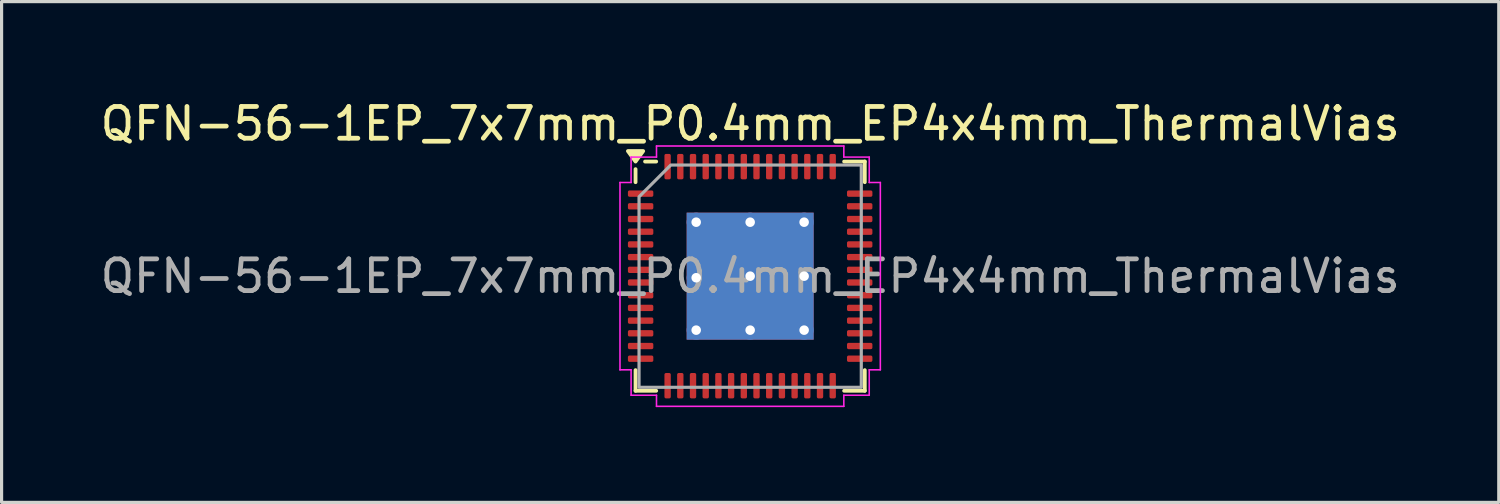
<source format=kicad_pcb>
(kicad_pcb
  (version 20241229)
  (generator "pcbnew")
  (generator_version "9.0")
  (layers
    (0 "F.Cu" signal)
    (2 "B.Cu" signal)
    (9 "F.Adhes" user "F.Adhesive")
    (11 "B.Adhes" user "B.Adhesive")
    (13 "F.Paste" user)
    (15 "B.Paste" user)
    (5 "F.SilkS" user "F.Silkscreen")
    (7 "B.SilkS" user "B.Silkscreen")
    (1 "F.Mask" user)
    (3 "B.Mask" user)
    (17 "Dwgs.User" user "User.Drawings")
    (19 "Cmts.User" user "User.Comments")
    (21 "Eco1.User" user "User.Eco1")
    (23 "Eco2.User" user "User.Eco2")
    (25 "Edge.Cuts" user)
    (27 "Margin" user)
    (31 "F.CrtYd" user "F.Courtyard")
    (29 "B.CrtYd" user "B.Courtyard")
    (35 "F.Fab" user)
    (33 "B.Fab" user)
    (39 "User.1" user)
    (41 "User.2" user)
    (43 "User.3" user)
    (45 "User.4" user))
  (footprint "QFN-56-1EP_7x7mm_P0.4mm_EP4x4mm_ThermalVias"
    (layer "F.Cu")
    (at 20.577 5.648)
    (property "Reference" "QFN-56-1EP_7x7mm_P0.4mm_EP4x4mm_ThermalVias" (at 0 -4.8 0) (layer "F.SilkS") (effects (font (size 1 1) (thickness 0.15))))
    (attr smd)
    (fp_line (start -3.61 -2.96) (end -3.61 -3.37) (stroke (width 0.12) (type solid)) (layer "F.SilkS"))
    (fp_line (start -3.61 3.61) (end -3.61 2.96) (stroke (width 0.12) (type solid)) (layer "F.SilkS"))
    (fp_line (start -2.96 -3.61) (end -3.31 -3.61) (stroke (width 0.12) (type solid)) (layer "F.SilkS"))
    (fp_line (start -2.96 3.61) (end -3.61 3.61) (stroke (width 0.12) (type solid)) (layer "F.SilkS"))
    (fp_line (start 2.96 -3.61) (end 3.61 -3.61) (stroke (width 0.12) (type solid)) (layer "F.SilkS"))
    (fp_line (start 2.96 3.61) (end 3.61 3.61) (stroke (width 0.12) (type solid)) (layer "F.SilkS"))
    (fp_line (start 3.61 -3.61) (end 3.61 -2.96) (stroke (width 0.12) (type solid)) (layer "F.SilkS"))
    (fp_line (start 3.61 3.61) (end 3.61 2.96) (stroke (width 0.12) (type solid)) (layer "F.SilkS"))
    (fp_poly (pts (xy -3.61 -3.61) (xy -3.85 -3.94) (xy -3.37 -3.94)) (stroke (width 0.12) (type solid)) (fill yes) (layer "F.SilkS"))
    (fp_line (start -4.1 -2.95) (end -3.75 -2.95) (stroke (width 0.05) (type solid)) (layer "F.CrtYd"))
    (fp_line (start -4.1 2.95) (end -4.1 -2.95) (stroke (width 0.05) (type solid)) (layer "F.CrtYd"))
    (fp_line (start -3.75 -3.75) (end -2.95 -3.75) (stroke (width 0.05) (type solid)) (layer "F.CrtYd"))
    (fp_line (start -3.75 -2.95) (end -3.75 -3.75) (stroke (width 0.05) (type solid)) (layer "F.CrtYd"))
    (fp_line (start -3.75 2.95) (end -4.1 2.95) (stroke (width 0.05) (type solid)) (layer "F.CrtYd"))
    (fp_line (start -3.75 3.75) (end -3.75 2.95) (stroke (width 0.05) (type solid)) (layer "F.CrtYd"))
    (fp_line (start -2.95 -4.1) (end 2.95 -4.1) (stroke (width 0.05) (type solid)) (layer "F.CrtYd"))
    (fp_line (start -2.95 -3.75) (end -2.95 -4.1) (stroke (width 0.05) (type solid)) (layer "F.CrtYd"))
    (fp_line (start -2.95 3.75) (end -3.75 3.75) (stroke (width 0.05) (type solid)) (layer "F.CrtYd"))
    (fp_line (start -2.95 4.1) (end -2.95 3.75) (stroke (width 0.05) (type solid)) (layer "F.CrtYd"))
    (fp_line (start 2.95 -4.1) (end 2.95 -3.75) (stroke (width 0.05) (type solid)) (layer "F.CrtYd"))
    (fp_line (start 2.95 -3.75) (end 3.75 -3.75) (stroke (width 0.05) (type solid)) (layer "F.CrtYd"))
    (fp_line (start 2.95 3.75) (end 2.95 4.1) (stroke (width 0.05) (type solid)) (layer "F.CrtYd"))
    (fp_line (start 2.95 4.1) (end -2.95 4.1) (stroke (width 0.05) (type solid)) (layer "F.CrtYd"))
    (fp_line (start 3.75 -3.75) (end 3.75 -2.95) (stroke (width 0.05) (type solid)) (layer "F.CrtYd"))
    (fp_line (start 3.75 -2.95) (end 4.1 -2.95) (stroke (width 0.05) (type solid)) (layer "F.CrtYd"))
    (fp_line (start 3.75 2.95) (end 3.75 3.75) (stroke (width 0.05) (type solid)) (layer "F.CrtYd"))
    (fp_line (start 3.75 3.75) (end 2.95 3.75) (stroke (width 0.05) (type solid)) (layer "F.CrtYd"))
    (fp_line (start 4.1 -2.95) (end 4.1 2.95) (stroke (width 0.05) (type solid)) (layer "F.CrtYd"))
    (fp_line (start 4.1 2.95) (end 3.75 2.95) (stroke (width 0.05) (type solid)) (layer "F.CrtYd"))
    (fp_poly (pts (xy -3.5 -2.5) (xy -3.5 3.5) (xy 3.5 3.5) (xy 3.5 -3.5) (xy -2.5 -3.5)) (stroke (width 0.1) (type solid)) (fill no) (layer "F.Fab"))
    (fp_text user "${REFERENCE}" (at 0 0 0) (layer "F.Fab") (effects (font (size 1 1) (thickness 0.15))))
    (pad "" smd roundrect (at -1.33 -1.33) (size 1.03 1.03) (layers "F.Paste") (roundrect_rratio 0.243))
    (pad "" smd roundrect (at -1.33 0) (size 1.03 1.03) (layers "F.Paste") (roundrect_rratio 0.243))
    (pad "" smd roundrect (at -1.33 1.33) (size 1.03 1.03) (layers "F.Paste") (roundrect_rratio 0.243))
    (pad "" smd roundrect (at 0 -1.33) (size 1.03 1.03) (layers "F.Paste") (roundrect_rratio 0.243))
    (pad "" smd roundrect (at 0 0) (size 1.03 1.03) (layers "F.Paste") (roundrect_rratio 0.243))
    (pad "" smd roundrect (at 0 1.33) (size 1.03 1.03) (layers "F.Paste") (roundrect_rratio 0.243))
    (pad "" smd roundrect (at 1.33 -1.33) (size 1.03 1.03) (layers "F.Paste") (roundrect_rratio 0.243))
    (pad "" smd roundrect (at 1.33 0) (size 1.03 1.03) (layers "F.Paste") (roundrect_rratio 0.243))
    (pad "" smd roundrect (at 1.33 1.33) (size 1.03 1.03) (layers "F.Paste") (roundrect_rratio 0.243))
    (pad "1" smd roundrect (at -3.45 -2.6) (size 0.8 0.2) (layers "F.Cu" "F.Mask" "F.Paste") (roundrect_rratio 0.25))
    (pad "2" smd roundrect (at -3.45 -2.2) (size 0.8 0.2) (layers "F.Cu" "F.Mask" "F.Paste") (roundrect_rratio 0.25))
    (pad "3" smd roundrect (at -3.45 -1.8) (size 0.8 0.2) (layers "F.Cu" "F.Mask" "F.Paste") (roundrect_rratio 0.25))
    (pad "4" smd roundrect (at -3.45 -1.4) (size 0.8 0.2) (layers "F.Cu" "F.Mask" "F.Paste") (roundrect_rratio 0.25))
    (pad "5" smd roundrect (at -3.45 -1) (size 0.8 0.2) (layers "F.Cu" "F.Mask" "F.Paste") (roundrect_rratio 0.25))
    (pad "6" smd roundrect (at -3.45 -0.6) (size 0.8 0.2) (layers "F.Cu" "F.Mask" "F.Paste") (roundrect_rratio 0.25))
    (pad "7" smd roundrect (at -3.45 -0.2) (size 0.8 0.2) (layers "F.Cu" "F.Mask" "F.Paste") (roundrect_rratio 0.25))
    (pad "8" smd roundrect (at -3.45 0.2) (size 0.8 0.2) (layers "F.Cu" "F.Mask" "F.Paste") (roundrect_rratio 0.25))
    (pad "9" smd roundrect (at -3.45 0.6) (size 0.8 0.2) (layers "F.Cu" "F.Mask" "F.Paste") (roundrect_rratio 0.25))
    (pad "10" smd roundrect (at -3.45 1) (size 0.8 0.2) (layers "F.Cu" "F.Mask" "F.Paste") (roundrect_rratio 0.25))
    (pad "11" smd roundrect (at -3.45 1.4) (size 0.8 0.2) (layers "F.Cu" "F.Mask" "F.Paste") (roundrect_rratio 0.25))
    (pad "12" smd roundrect (at -3.45 1.8) (size 0.8 0.2) (layers "F.Cu" "F.Mask" "F.Paste") (roundrect_rratio 0.25))
    (pad "13" smd roundrect (at -3.45 2.2) (size 0.8 0.2) (layers "F.Cu" "F.Mask" "F.Paste") (roundrect_rratio 0.25))
    (pad "14" smd roundrect (at -3.45 2.6) (size 0.8 0.2) (layers "F.Cu" "F.Mask" "F.Paste") (roundrect_rratio 0.25))
    (pad "15" smd roundrect (at -2.6 3.45) (size 0.2 0.8) (layers "F.Cu" "F.Mask" "F.Paste") (roundrect_rratio 0.25))
    (pad "16" smd roundrect (at -2.2 3.45) (size 0.2 0.8) (layers "F.Cu" "F.Mask" "F.Paste") (roundrect_rratio 0.25))
    (pad "17" smd roundrect (at -1.8 3.45) (size 0.2 0.8) (layers "F.Cu" "F.Mask" "F.Paste") (roundrect_rratio 0.25))
    (pad "18" smd roundrect (at -1.4 3.45) (size 0.2 0.8) (layers "F.Cu" "F.Mask" "F.Paste") (roundrect_rratio 0.25))
    (pad "19" smd roundrect (at -1 3.45) (size 0.2 0.8) (layers "F.Cu" "F.Mask" "F.Paste") (roundrect_rratio 0.25))
    (pad "20" smd roundrect (at -0.6 3.45) (size 0.2 0.8) (layers "F.Cu" "F.Mask" "F.Paste") (roundrect_rratio 0.25))
    (pad "21" smd roundrect (at -0.2 3.45) (size 0.2 0.8) (layers "F.Cu" "F.Mask" "F.Paste") (roundrect_rratio 0.25))
    (pad "22" smd roundrect (at 0.2 3.45) (size 0.2 0.8) (layers "F.Cu" "F.Mask" "F.Paste") (roundrect_rratio 0.25))
    (pad "23" smd roundrect (at 0.6 3.45) (size 0.2 0.8) (layers "F.Cu" "F.Mask" "F.Paste") (roundrect_rratio 0.25))
    (pad "24" smd roundrect (at 1 3.45) (size 0.2 0.8) (layers "F.Cu" "F.Mask" "F.Paste") (roundrect_rratio 0.25))
    (pad "25" smd roundrect (at 1.4 3.45) (size 0.2 0.8) (layers "F.Cu" "F.Mask" "F.Paste") (roundrect_rratio 0.25))
    (pad "26" smd roundrect (at 1.8 3.45) (size 0.2 0.8) (layers "F.Cu" "F.Mask" "F.Paste") (roundrect_rratio 0.25))
    (pad "27" smd roundrect (at 2.2 3.45) (size 0.2 0.8) (layers "F.Cu" "F.Mask" "F.Paste") (roundrect_rratio 0.25))
    (pad "28" smd roundrect (at 2.6 3.45) (size 0.2 0.8) (layers "F.Cu" "F.Mask" "F.Paste") (roundrect_rratio 0.25))
    (pad "29" smd roundrect (at 3.45 2.6) (size 0.8 0.2) (layers "F.Cu" "F.Mask" "F.Paste") (roundrect_rratio 0.25))
    (pad "30" smd roundrect (at 3.45 2.2) (size 0.8 0.2) (layers "F.Cu" "F.Mask" "F.Paste") (roundrect_rratio 0.25))
    (pad "31" smd roundrect (at 3.45 1.8) (size 0.8 0.2) (layers "F.Cu" "F.Mask" "F.Paste") (roundrect_rratio 0.25))
    (pad "32" smd roundrect (at 3.45 1.4) (size 0.8 0.2) (layers "F.Cu" "F.Mask" "F.Paste") (roundrect_rratio 0.25))
    (pad "33" smd roundrect (at 3.45 1) (size 0.8 0.2) (layers "F.Cu" "F.Mask" "F.Paste") (roundrect_rratio 0.25))
    (pad "34" smd roundrect (at 3.45 0.6) (size 0.8 0.2) (layers "F.Cu" "F.Mask" "F.Paste") (roundrect_rratio 0.25))
    (pad "35" smd roundrect (at 3.45 0.2) (size 0.8 0.2) (layers "F.Cu" "F.Mask" "F.Paste") (roundrect_rratio 0.25))
    (pad "36" smd roundrect (at 3.45 -0.2) (size 0.8 0.2) (layers "F.Cu" "F.Mask" "F.Paste") (roundrect_rratio 0.25))
    (pad "37" smd roundrect (at 3.45 -0.6) (size 0.8 0.2) (layers "F.Cu" "F.Mask" "F.Paste") (roundrect_rratio 0.25))
    (pad "38" smd roundrect (at 3.45 -1) (size 0.8 0.2) (layers "F.Cu" "F.Mask" "F.Paste") (roundrect_rratio 0.25))
    (pad "39" smd roundrect (at 3.45 -1.4) (size 0.8 0.2) (layers "F.Cu" "F.Mask" "F.Paste") (roundrect_rratio 0.25))
    (pad "40" smd roundrect (at 3.45 -1.8) (size 0.8 0.2) (layers "F.Cu" "F.Mask" "F.Paste") (roundrect_rratio 0.25))
    (pad "41" smd roundrect (at 3.45 -2.2) (size 0.8 0.2) (layers "F.Cu" "F.Mask" "F.Paste") (roundrect_rratio 0.25))
    (pad "42" smd roundrect (at 3.45 -2.6) (size 0.8 0.2) (layers "F.Cu" "F.Mask" "F.Paste") (roundrect_rratio 0.25))
    (pad "43" smd roundrect (at 2.6 -3.45) (size 0.2 0.8) (layers "F.Cu" "F.Mask" "F.Paste") (roundrect_rratio 0.25))
    (pad "44" smd roundrect (at 2.2 -3.45) (size 0.2 0.8) (layers "F.Cu" "F.Mask" "F.Paste") (roundrect_rratio 0.25))
    (pad "45" smd roundrect (at 1.8 -3.45) (size 0.2 0.8) (layers "F.Cu" "F.Mask" "F.Paste") (roundrect_rratio 0.25))
    (pad "46" smd roundrect (at 1.4 -3.45) (size 0.2 0.8) (layers "F.Cu" "F.Mask" "F.Paste") (roundrect_rratio 0.25))
    (pad "47" smd roundrect (at 1 -3.45) (size 0.2 0.8) (layers "F.Cu" "F.Mask" "F.Paste") (roundrect_rratio 0.25))
    (pad "48" smd roundrect (at 0.6 -3.45) (size 0.2 0.8) (layers "F.Cu" "F.Mask" "F.Paste") (roundrect_rratio 0.25))
    (pad "49" smd roundrect (at 0.2 -3.45) (size 0.2 0.8) (layers "F.Cu" "F.Mask" "F.Paste") (roundrect_rratio 0.25))
    (pad "50" smd roundrect (at -0.2 -3.45) (size 0.2 0.8) (layers "F.Cu" "F.Mask" "F.Paste") (roundrect_rratio 0.25))
    (pad "51" smd roundrect (at -0.6 -3.45) (size 0.2 0.8) (layers "F.Cu" "F.Mask" "F.Paste") (roundrect_rratio 0.25))
    (pad "52" smd roundrect (at -1 -3.45) (size 0.2 0.8) (layers "F.Cu" "F.Mask" "F.Paste") (roundrect_rratio 0.25))
    (pad "53" smd roundrect (at -1.4 -3.45) (size 0.2 0.8) (layers "F.Cu" "F.Mask" "F.Paste") (roundrect_rratio 0.25))
    (pad "54" smd roundrect (at -1.8 -3.45) (size 0.2 0.8) (layers "F.Cu" "F.Mask" "F.Paste") (roundrect_rratio 0.25))
    (pad "55" smd roundrect (at -2.2 -3.45) (size 0.2 0.8) (layers "F.Cu" "F.Mask" "F.Paste") (roundrect_rratio 0.25))
    (pad "56" smd roundrect (at -2.6 -3.45) (size 0.2 0.8) (layers "F.Cu" "F.Mask" "F.Paste") (roundrect_rratio 0.25))
    (pad "57" thru_hole circle (at -1.7 -1.7) (size 0.6 0.6) (drill 0.3) (property pad_prop_heatsink) (layers "*.Cu"))
    (pad "57" thru_hole circle (at -1.7 0.05) (size 0.6 0.6) (drill 0.3) (property pad_prop_heatsink) (layers "*.Cu"))
    (pad "57" thru_hole circle (at -1.7 1.7) (size 0.6 0.6) (drill 0.3) (property pad_prop_heatsink) (layers "*.Cu"))
    (pad "57" thru_hole circle (at 0 -1.7) (size 0.6 0.6) (drill 0.3) (property pad_prop_heatsink) (layers "*.Cu"))
    (pad "57" thru_hole circle (at 0 0) (size 0.6 0.6) (drill 0.3) (property pad_prop_heatsink) (layers "*.Cu"))
    (pad "57" smd rect (at 0 0) (size 4 4) (property pad_prop_heatsink) (layers "F.Cu" "F.Mask"))
    (pad "57" smd rect (at 0 0) (size 4 4) (property pad_prop_heatsink) (layers "B.Cu"))
    (pad "57" thru_hole circle (at 0 1.7) (size 0.6 0.6) (drill 0.3) (property pad_prop_heatsink) (layers "*.Cu"))
    (pad "57" thru_hole circle (at 1.7 -1.7) (size 0.6 0.6) (drill 0.3) (property pad_prop_heatsink) (layers "*.Cu"))
    (pad "57" thru_hole circle (at 1.7 0) (size 0.6 0.6) (drill 0.3) (property pad_prop_heatsink) (layers "*.Cu"))
    (pad "57" thru_hole circle (at 1.7 1.7) (size 0.6 0.6) (drill 0.3) (property pad_prop_heatsink) (layers "*.Cu")))
  (gr_rect
    (start -3 -3)
    (end 44.155 12.773)
    (stroke (width 0.1) (type default))
    (fill no)
    (layer "Edge.Cuts")))
</source>
